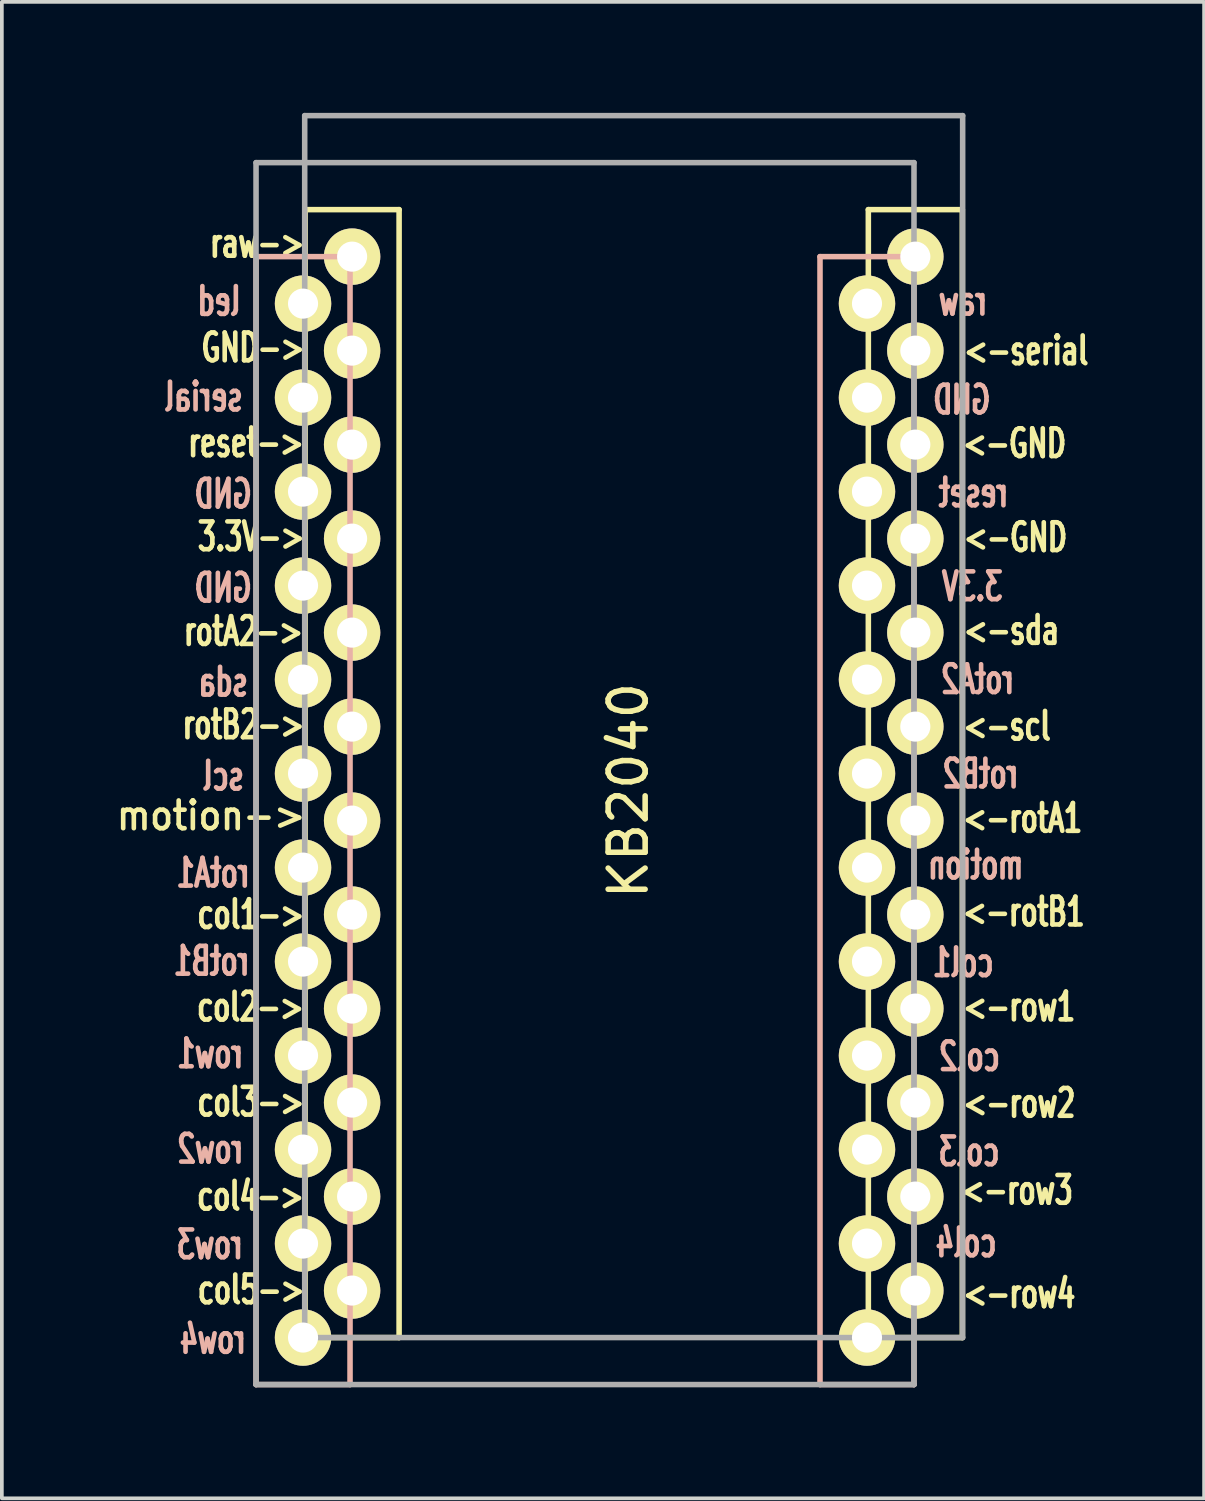
<source format=kicad_pcb>
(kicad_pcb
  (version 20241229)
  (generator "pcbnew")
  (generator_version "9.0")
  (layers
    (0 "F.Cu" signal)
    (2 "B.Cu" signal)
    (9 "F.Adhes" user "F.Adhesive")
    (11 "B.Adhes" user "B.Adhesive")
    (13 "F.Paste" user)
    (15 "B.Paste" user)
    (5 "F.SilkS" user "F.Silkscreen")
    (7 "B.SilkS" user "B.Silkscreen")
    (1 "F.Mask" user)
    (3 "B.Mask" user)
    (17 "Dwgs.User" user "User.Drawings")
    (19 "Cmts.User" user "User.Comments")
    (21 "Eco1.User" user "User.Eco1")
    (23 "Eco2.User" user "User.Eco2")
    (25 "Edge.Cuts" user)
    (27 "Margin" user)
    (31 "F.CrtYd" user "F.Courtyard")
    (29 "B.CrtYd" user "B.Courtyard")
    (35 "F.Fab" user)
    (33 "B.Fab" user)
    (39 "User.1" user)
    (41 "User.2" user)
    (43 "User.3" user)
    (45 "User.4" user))
  (footprint "KB2040"
    (layer "F.Cu")
    (at 14.029 18.363)
    (property "Reference" "KB2040" (at -0.1 -0.05 90) (layer "F.SilkS") (effects (font (size 1 1) (thickness 0.15))))
    (attr through_hole exclude_from_pos_files)
    (fp_line (start -8.834 -15.748) (end -6.294 -15.748) (stroke (width 0.15) (type solid)) (layer "F.SilkS"))
    (fp_line (start -8.834 14.732) (end -8.834 -15.748) (stroke (width 0.15) (type solid)) (layer "F.SilkS"))
    (fp_line (start -6.294 -15.748) (end -6.294 14.732) (stroke (width 0.15) (type solid)) (layer "F.SilkS"))
    (fp_line (start -6.294 14.732) (end -8.834 14.732) (stroke (width 0.15) (type solid)) (layer "F.SilkS"))
    (fp_line (start 6.386 -15.748) (end 8.926 -15.748) (stroke (width 0.15) (type solid)) (layer "F.SilkS"))
    (fp_line (start 6.386 14.732) (end 6.386 -15.748) (stroke (width 0.15) (type solid)) (layer "F.SilkS"))
    (fp_line (start 8.926 -15.748) (end 8.926 14.732) (stroke (width 0.15) (type solid)) (layer "F.SilkS"))
    (fp_line (start 8.926 14.732) (end 6.386 14.732) (stroke (width 0.15) (type solid)) (layer "F.SilkS"))
    (fp_line (start -10.16 -14.478) (end -7.62 -14.478) (stroke (width 0.15) (type solid)) (layer "B.SilkS"))
    (fp_line (start -10.16 16.002) (end -10.16 -14.478) (stroke (width 0.15) (type solid)) (layer "B.SilkS"))
    (fp_line (start -7.62 -14.478) (end -7.62 16.002) (stroke (width 0.15) (type solid)) (layer "B.SilkS"))
    (fp_line (start -7.62 16.002) (end -10.16 16.002) (stroke (width 0.15) (type solid)) (layer "B.SilkS"))
    (fp_line (start 5.08 -14.478) (end 7.62 -14.478) (stroke (width 0.15) (type solid)) (layer "B.SilkS"))
    (fp_line (start 5.08 16.002) (end 5.08 -14.478) (stroke (width 0.15) (type solid)) (layer "B.SilkS"))
    (fp_line (start 7.62 -14.478) (end 7.62 16.002) (stroke (width 0.15) (type solid)) (layer "B.SilkS"))
    (fp_line (start 7.62 16.002) (end 5.08 16.002) (stroke (width 0.15) (type solid)) (layer "B.SilkS"))
    (fp_line (start -10.16 -17.018) (end 7.62 -17.018) (stroke (width 0.15) (type solid)) (layer "F.Fab"))
    (fp_line (start -10.16 16.002) (end -10.16 -17.018) (stroke (width 0.15) (type solid)) (layer "F.Fab"))
    (fp_line (start -8.845 -18.288) (end 8.935 -18.288) (stroke (width 0.15) (type solid)) (layer "F.Fab"))
    (fp_line (start -8.845 14.732) (end -8.845 -18.288) (stroke (width 0.15) (type solid)) (layer "F.Fab"))
    (fp_line (start 7.62 -17.018) (end 7.62 16.002) (stroke (width 0.15) (type solid)) (layer "F.Fab"))
    (fp_line (start 7.62 16.002) (end -10.16 16.002) (stroke (width 0.15) (type solid)) (layer "F.Fab"))
    (fp_line (start 8.935 -18.288) (end 8.935 14.732) (stroke (width 0.15) (type solid)) (layer "F.Fab"))
    (fp_line (start 8.935 14.732) (end -8.845 14.732) (stroke (width 0.15) (type solid)) (layer "F.Fab"))
    (fp_text user "reset->" (at -10.432 -9.453 0) (unlocked yes) (layer "F.SilkS") (effects (font (size 0.75 0.5) (thickness 0.125))))
    (fp_text user "<-GND" (at 10.338 -9.43 0) (unlocked yes) (layer "F.SilkS") (effects (font (size 0.75 0.5) (thickness 0.125))))
    (fp_text user "<-serial" (at 10.655 -11.94 0) (unlocked yes) (layer "F.SilkS") (effects (font (size 0.75 0.5) (thickness 0.125))))
    (fp_text user "rotB2->" (at -10.502 -1.833 0) (unlocked yes) (layer "F.SilkS") (effects (font (size 0.75 0.5) (thickness 0.125))))
    (fp_text user "GND->" (at -10.245 -12.018 0) (unlocked yes) (layer "F.SilkS") (effects (font (size 0.75 0.5) (thickness 0.125))))
    (fp_text user "col3->" (at -10.303 8.365 0) (unlocked yes) (layer "F.SilkS") (effects (font (size 0.75 0.5) (thickness 0.125))))
    (fp_text user "<-row4" (at 10.467 13.542 0) (unlocked yes) (layer "F.SilkS") (effects (font (size 0.75 0.5) (thickness 0.125))))
    (fp_text user "raw->" (at -10.13 -14.844 0) (unlocked yes) (layer "F.SilkS") (effects (font (size 0.75 0.5) (thickness 0.125))))
    (fp_text user "<-scl" (at 10.137 -1.793 0) (unlocked yes) (layer "F.SilkS") (effects (font (size 0.75 0.5) (thickness 0.125))))
    (fp_text user "<-row3" (at 10.402 10.748 0) (unlocked yes) (layer "F.SilkS") (effects (font (size 0.75 0.5) (thickness 0.125))))
    (fp_text user "<-row1" (at 10.463 5.792 0) (unlocked yes) (layer "F.SilkS") (effects (font (size 0.75 0.5) (thickness 0.125))))
    (fp_text user "<-rotB1" (at 10.588 3.227 0) (unlocked yes) (layer "F.SilkS") (effects (font (size 0.75 0.5) (thickness 0.125))))
    (fp_text user "col4->" (at -10.312 10.907 0) (unlocked yes) (layer "F.SilkS") (effects (font (size 0.75 0.5) (thickness 0.125))))
    (fp_text user "col1->" (at -10.303 3.297 0) (unlocked yes) (layer "F.SilkS") (effects (font (size 0.75 0.5) (thickness 0.125))))
    (fp_text user "<-GND" (at 10.365 -6.89 0) (unlocked yes) (layer "F.SilkS") (effects (font (size 0.75 0.5) (thickness 0.125))))
    (fp_text user "3.3V->" (at -10.293 -6.913 0) (unlocked yes) (layer "F.SilkS") (effects (font (size 0.75 0.5) (thickness 0.125))))
    (fp_text user "col2->" (at -10.312 5.797 0) (unlocked yes) (layer "F.SilkS") (effects (font (size 0.75 0.5) (thickness 0.125))))
    (fp_text user "motion->" (at -11.373 0.627 0) (unlocked yes) (layer "F.SilkS") (effects (font (size 0.75 0.67) (thickness 0.125))))
    (fp_text user "rotA2->" (at -10.502 -4.353 0) (unlocked yes) (layer "F.SilkS") (effects (font (size 0.75 0.5) (thickness 0.125))))
    (fp_text user "col5->" (at -10.293 13.437 0) (unlocked yes) (layer "F.SilkS") (effects (font (size 0.75 0.5) (thickness 0.125))))
    (fp_text user "<-row2" (at 10.467 8.397 0) (unlocked yes) (layer "F.SilkS") (effects (font (size 0.75 0.5) (thickness 0.125))))
    (fp_text user "<-sda" (at 10.257 -4.383 0) (unlocked yes) (layer "F.SilkS") (effects (font (size 0.75 0.5) (thickness 0.125))))
    (fp_text user "<-rotA1" (at 10.557 0.697 0) (unlocked yes) (layer "F.SilkS") (effects (font (size 0.75 0.5) (thickness 0.125))))
    (fp_text user "col2" (at 9.117 7.137 0) (unlocked yes) (layer "B.SilkS") (effects (font (size 0.75 0.5) (thickness 0.125)) (justify mirror)))
    (fp_text user "3.3V" (at 9.197 -5.563 0) (unlocked yes) (layer "B.SilkS") (effects (font (size 0.75 0.5) (thickness 0.125)) (justify mirror)))
    (fp_text user "rotA2" (at 9.338 -3.053 0) (unlocked yes) (layer "B.SilkS") (effects (font (size 0.75 0.5) (thickness 0.125)) (justify mirror)))
    (fp_text user "motion" (at 9.287 1.957 0) (unlocked yes) (layer "B.SilkS") (effects (font (size 0.75 0.5) (thickness 0.125)) (justify mirror)))
    (fp_text user "GND" (at -11.049 -5.524 0) (unlocked yes) (layer "B.SilkS") (effects (font (size 0.75 0.5) (thickness 0.125)) (justify mirror)))
    (fp_text user "led" (at -11.158 -13.272 0) (unlocked yes) (layer "B.SilkS") (effects (font (size 0.75 0.5) (thickness 0.125)) (justify mirror)))
    (fp_text user "serial" (at -11.58 -10.69 0) (unlocked yes) (layer "B.SilkS") (effects (font (size 0.75 0.5) (thickness 0.125)) (justify mirror)))
    (fp_text user "raw" (at 8.944 -13.28 0) (unlocked yes) (layer "B.SilkS") (effects (font (size 0.75 0.5) (thickness 0.125)) (justify mirror)))
    (fp_text user "row2" (at -11.397 9.636 0) (unlocked yes) (layer "B.SilkS") (effects (font (size 0.75 0.5) (thickness 0.125)) (justify mirror)))
    (fp_text user "row3" (at -11.41 12.22 0) (unlocked yes) (layer "B.SilkS") (effects (font (size 0.75 0.5) (thickness 0.125)) (justify mirror)))
    (fp_text user "row1" (at -11.4 7.06 0) (unlocked yes) (layer "B.SilkS") (effects (font (size 0.75 0.5) (thickness 0.125)) (justify mirror)))
    (fp_text user "rotB1" (at -11.363 4.557 0) (unlocked yes) (layer "B.SilkS") (effects (font (size 0.75 0.5) (thickness 0.125)) (justify mirror)))
    (fp_text user "col3" (at 9.107 9.707 0) (unlocked yes) (layer "B.SilkS") (effects (font (size 0.75 0.5) (thickness 0.125)) (justify mirror)))
    (fp_text user "row4" (at -11.327 14.776 0) (unlocked yes) (layer "B.SilkS") (effects (font (size 0.75 0.5) (thickness 0.125)) (justify mirror)))
    (fp_text user "rotA1" (at -11.322 2.177 0) (unlocked yes) (layer "B.SilkS") (effects (font (size 0.75 0.5) (thickness 0.125)) (justify mirror)))
    (fp_text user "GND" (at 8.912 -10.608 0) (unlocked yes) (layer "B.SilkS") (effects (font (size 0.75 0.5) (thickness 0.125)) (justify mirror)))
    (fp_text user "scl" (at -11.049 -0.445 0) (unlocked yes) (layer "B.SilkS") (effects (font (size 0.75 0.5) (thickness 0.125)) (justify mirror)))
    (fp_text user "GND" (at -11.049 -8.065 0) (unlocked yes) (layer "B.SilkS") (effects (font (size 0.75 0.5) (thickness 0.125)) (justify mirror)))
    (fp_text user "col4" (at 9.027 12.167 0) (unlocked yes) (layer "B.SilkS") (effects (font (size 0.75 0.5) (thickness 0.125)) (justify mirror)))
    (fp_text user "col1" (at 8.947 4.597 0) (unlocked yes) (layer "B.SilkS") (effects (font (size 0.75 0.5) (thickness 0.125)) (justify mirror)))
    (fp_text user "rotB2" (at 9.418 -0.503 0) (unlocked yes) (layer "B.SilkS") (effects (font (size 0.75 0.5) (thickness 0.125)) (justify mirror)))
    (fp_text user "reset" (at 9.227 -8.1 0) (unlocked yes) (layer "B.SilkS") (effects (font (size 0.75 0.5) (thickness 0.125)) (justify mirror)))
    (fp_text user "sda" (at -11.049 -2.985 0) (unlocked yes) (layer "B.SilkS") (effects (font (size 0.75 0.5) (thickness 0.125)) (justify mirror)))
    (pad "1" thru_hole circle (at -8.89 -13.208) (size 1.524 1.524) (drill 0.813) (layers "*.Cu" "*.Mask" "F.SilkS"))
    (pad "1" thru_hole circle (at 7.656 -14.478) (size 1.524 1.524) (drill 0.813) (layers "*.Cu" "*.Mask" "F.SilkS"))
    (pad "2" thru_hole circle (at -8.89 -10.668) (size 1.524 1.524) (drill 0.813) (layers "*.Cu" "*.Mask" "F.SilkS"))
    (pad "2" thru_hole circle (at 7.656 -11.938) (size 1.524 1.524) (drill 0.813) (layers "*.Cu" "*.Mask" "F.SilkS"))
    (pad "3" thru_hole circle (at -8.89 -8.128) (size 1.524 1.524) (drill 0.813) (layers "*.Cu" "*.Mask" "F.SilkS"))
    (pad "3" thru_hole circle (at 7.656 -9.398) (size 1.524 1.524) (drill 0.813) (layers "*.Cu" "*.Mask" "F.SilkS"))
    (pad "4" thru_hole circle (at -8.89 -5.588) (size 1.524 1.524) (drill 0.813) (layers "*.Cu" "*.Mask" "F.SilkS"))
    (pad "4" thru_hole circle (at 7.656 -6.858) (size 1.524 1.524) (drill 0.813) (layers "*.Cu" "*.Mask" "F.SilkS"))
    (pad "5" thru_hole circle (at -8.89 -3.048) (size 1.524 1.524) (drill 0.813) (layers "*.Cu" "*.Mask" "F.SilkS"))
    (pad "5" thru_hole circle (at 7.656 -4.318) (size 1.524 1.524) (drill 0.813) (layers "*.Cu" "*.Mask" "F.SilkS"))
    (pad "6" thru_hole circle (at -8.89 -0.508) (size 1.524 1.524) (drill 0.813) (layers "*.Cu" "*.Mask" "F.SilkS"))
    (pad "6" thru_hole circle (at 7.656 -1.778) (size 1.524 1.524) (drill 0.813) (layers "*.Cu" "*.Mask" "F.SilkS"))
    (pad "7" thru_hole circle (at -8.89 2.032) (size 1.524 1.524) (drill 0.813) (layers "*.Cu" "*.Mask" "F.SilkS"))
    (pad "7" thru_hole circle (at 7.656 0.762) (size 1.524 1.524) (drill 0.813) (layers "*.Cu" "*.Mask" "F.SilkS"))
    (pad "8" thru_hole circle (at -8.89 4.572) (size 1.524 1.524) (drill 0.813) (layers "*.Cu" "*.Mask" "F.SilkS"))
    (pad "8" thru_hole circle (at 7.656 3.302) (size 1.524 1.524) (drill 0.813) (layers "*.Cu" "*.Mask" "F.SilkS"))
    (pad "9" thru_hole circle (at -8.89 7.112) (size 1.524 1.524) (drill 0.813) (layers "*.Cu" "*.Mask" "F.SilkS"))
    (pad "9" thru_hole circle (at 7.656 5.842) (size 1.524 1.524) (drill 0.813) (layers "*.Cu" "*.Mask" "F.SilkS"))
    (pad "10" thru_hole circle (at -8.89 9.652) (size 1.524 1.524) (drill 0.813) (layers "*.Cu" "*.Mask" "F.SilkS"))
    (pad "10" thru_hole circle (at 7.656 8.382) (size 1.524 1.524) (drill 0.813) (layers "*.Cu" "*.Mask" "F.SilkS"))
    (pad "11" thru_hole circle (at -8.89 12.192) (size 1.524 1.524) (drill 0.813) (layers "*.Cu" "*.Mask" "F.SilkS"))
    (pad "11" thru_hole circle (at 7.656 10.922) (size 1.524 1.524) (drill 0.813) (layers "*.Cu" "*.Mask" "F.SilkS"))
    (pad "12" thru_hole circle (at -8.89 14.732) (size 1.524 1.524) (drill 0.813) (layers "*.Cu" "*.Mask" "F.SilkS"))
    (pad "12" thru_hole circle (at 7.656 13.462) (size 1.524 1.524) (drill 0.813) (layers "*.Cu" "*.Mask" "F.SilkS"))
    (pad "13" thru_hole circle (at -7.564 13.462) (size 1.524 1.524) (drill 0.813) (layers "*.Cu" "*.Mask" "F.SilkS"))
    (pad "13" thru_hole circle (at 6.35 14.732) (size 1.524 1.524) (drill 0.813) (layers "*.Cu" "*.Mask" "F.SilkS"))
    (pad "14" thru_hole circle (at -7.564 10.922) (size 1.524 1.524) (drill 0.813) (layers "*.Cu" "*.Mask" "F.SilkS"))
    (pad "14" thru_hole circle (at 6.35 12.192) (size 1.524 1.524) (drill 0.813) (layers "*.Cu" "*.Mask" "F.SilkS"))
    (pad "15" thru_hole circle (at -7.564 8.382) (size 1.524 1.524) (drill 0.813) (layers "*.Cu" "*.Mask" "F.SilkS"))
    (pad "15" thru_hole circle (at 6.35 9.652) (size 1.524 1.524) (drill 0.813) (layers "*.Cu" "*.Mask" "F.SilkS"))
    (pad "16" thru_hole circle (at -7.564 5.842) (size 1.524 1.524) (drill 0.813) (layers "*.Cu" "*.Mask" "F.SilkS"))
    (pad "16" thru_hole circle (at 6.35 7.112) (size 1.524 1.524) (drill 0.813) (layers "*.Cu" "*.Mask" "F.SilkS"))
    (pad "17" thru_hole circle (at -7.564 3.302) (size 1.524 1.524) (drill 0.813) (layers "*.Cu" "*.Mask" "F.SilkS"))
    (pad "17" thru_hole circle (at 6.35 4.572) (size 1.524 1.524) (drill 0.813) (layers "*.Cu" "*.Mask" "F.SilkS"))
    (pad "18" thru_hole circle (at -7.564 0.762) (size 1.524 1.524) (drill 0.813) (layers "*.Cu" "*.Mask" "F.SilkS"))
    (pad "18" thru_hole circle (at 6.35 2.032) (size 1.524 1.524) (drill 0.813) (layers "*.Cu" "*.Mask" "F.SilkS"))
    (pad "19" thru_hole circle (at -7.564 -1.778) (size 1.524 1.524) (drill 0.813) (layers "*.Cu" "*.Mask" "F.SilkS"))
    (pad "19" thru_hole circle (at 6.35 -0.508) (size 1.524 1.524) (drill 0.813) (layers "*.Cu" "*.Mask" "F.SilkS"))
    (pad "20" thru_hole circle (at -7.564 -4.318) (size 1.524 1.524) (drill 0.813) (layers "*.Cu" "*.Mask" "F.SilkS"))
    (pad "20" thru_hole circle (at 6.35 -3.048) (size 1.524 1.524) (drill 0.813) (layers "*.Cu" "*.Mask" "F.SilkS"))
    (pad "21" thru_hole circle (at -7.564 -6.858) (size 1.524 1.524) (drill 0.813) (layers "*.Cu" "*.Mask" "F.SilkS"))
    (pad "21" thru_hole circle (at 6.35 -5.588) (size 1.524 1.524) (drill 0.813) (layers "*.Cu" "*.Mask" "F.SilkS"))
    (pad "22" thru_hole circle (at -7.564 -9.398) (size 1.524 1.524) (drill 0.813) (layers "*.Cu" "*.Mask" "F.SilkS"))
    (pad "22" thru_hole circle (at 6.35 -8.128) (size 1.524 1.524) (drill 0.813) (layers "*.Cu" "*.Mask" "F.SilkS"))
    (pad "23" thru_hole circle (at -7.564 -11.938) (size 1.524 1.524) (drill 0.813) (layers "*.Cu" "*.Mask" "F.SilkS"))
    (pad "23" thru_hole circle (at 6.35 -10.668) (size 1.524 1.524) (drill 0.813) (layers "*.Cu" "*.Mask" "F.SilkS"))
    (pad "24" thru_hole circle (at -7.564 -14.478) (size 1.524 1.524) (drill 0.813) (layers "*.Cu" "*.Mask" "F.SilkS"))
    (pad "24" thru_hole circle (at 6.35 -13.208) (size 1.524 1.524) (drill 0.813) (layers "*.Cu" "*.Mask" "F.SilkS")))
  (gr_rect
    (start -3 -3)
    (end 29.488 37.44)
    (stroke (width 0.1) (type default))
    (fill no)
    (layer "Edge.Cuts")))
</source>
